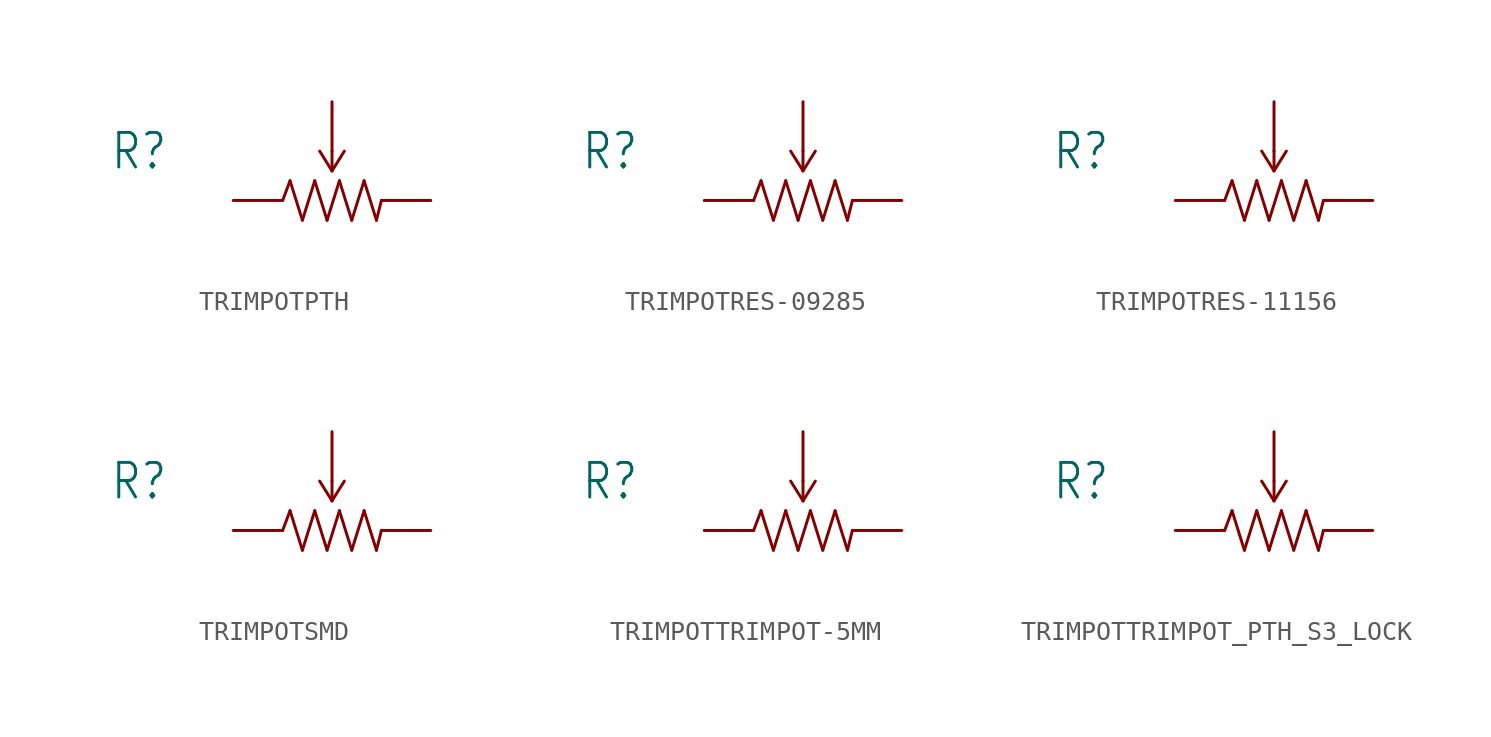
<source format=kicad_sym>
(kicad_symbol_lib
  (version 20220914)
  (generator kicad_symbol_editor)
  (symbol "TRIMPOTPTH"
    (property "Reference" "R"
      (at -11.43 1.499 0)
      (effects (font (size 1.778 1.511)) (justify left bottom)))
    (property "Value" ""
      (at -3.81 -3.302 0)
      (effects (font (size 1.778 1.511)) (justify left bottom)))
    (property "ki_locked" ""
      (at 0 0 0)
      (effects (font (size 1.27 1.27))))
    (symbol "TRIMPOTPTH_1_0"
      (polyline (pts (xy -2.54 0) (xy -2.159 1.016)) (stroke (width 0.152) (type solid)) (fill (type none)))
      (polyline (pts (xy -2.159 1.016) (xy -1.524 -1.016)) (stroke (width 0.152) (type solid)) (fill (type none)))
      (polyline (pts (xy -1.524 -1.016) (xy -0.889 1.016)) (stroke (width 0.152) (type solid)) (fill (type none)))
      (polyline (pts (xy -0.889 1.016) (xy -0.254 -1.016)) (stroke (width 0.152) (type solid)) (fill (type none)))
      (polyline (pts (xy -0.635 2.54) (xy 0 1.524)) (stroke (width 0.152) (type solid)) (fill (type none)))
      (polyline (pts (xy -0.254 -1.016) (xy 0.381 1.016)) (stroke (width 0.152) (type solid)) (fill (type none)))
      (polyline (pts (xy 0 1.524) (xy 0.635 2.54)) (stroke (width 0.152) (type solid)) (fill (type none)))
      (polyline (pts (xy 0 2.54) (xy 0 1.524)) (stroke (width 0.152) (type solid)) (fill (type none)))
      (polyline (pts (xy 0.381 1.016) (xy 1.016 -1.016)) (stroke (width 0.152) (type solid)) (fill (type none)))
      (polyline (pts (xy 1.016 -1.016) (xy 1.651 1.016)) (stroke (width 0.152) (type solid)) (fill (type none)))
      (polyline (pts (xy 1.651 1.016) (xy 2.286 -1.016)) (stroke (width 0.152) (type solid)) (fill (type none)))
      (polyline (pts (xy 2.286 -1.016) (xy 2.54 0)) (stroke (width 0.152) (type solid)) (fill (type none)))
      (pin passive line (at -5.08 0 0) (length 2.54) (name "CCW" (effects (font (size 0 0)))) (number "1" (effects (font (size 0 0)))))
      (pin passive line (at 0 5.08 270) (length 2.54) (name "WIPER" (effects (font (size 0 0)))) (number "2" (effects (font (size 0 0)))))
      (pin passive line (at 5.08 0 180) (length 2.54) (name "CW" (effects (font (size 0 0)))) (number "3" (effects (font (size 0 0)))))))
  (symbol "TRIMPOTRES-09285"
    (property "Reference" "R"
      (at -11.43 1.499 0)
      (effects (font (size 1.778 1.511)) (justify left bottom)))
    (property "Value" ""
      (at -3.81 -3.302 0)
      (effects (font (size 1.778 1.511)) (justify left bottom)))
    (property "ki_locked" ""
      (at 0 0 0)
      (effects (font (size 1.27 1.27))))
    (symbol "TRIMPOTRES-09285_1_0"
      (polyline (pts (xy -2.54 0) (xy -2.159 1.016)) (stroke (width 0.152) (type solid)) (fill (type none)))
      (polyline (pts (xy -2.159 1.016) (xy -1.524 -1.016)) (stroke (width 0.152) (type solid)) (fill (type none)))
      (polyline (pts (xy -1.524 -1.016) (xy -0.889 1.016)) (stroke (width 0.152) (type solid)) (fill (type none)))
      (polyline (pts (xy -0.889 1.016) (xy -0.254 -1.016)) (stroke (width 0.152) (type solid)) (fill (type none)))
      (polyline (pts (xy -0.635 2.54) (xy 0 1.524)) (stroke (width 0.152) (type solid)) (fill (type none)))
      (polyline (pts (xy -0.254 -1.016) (xy 0.381 1.016)) (stroke (width 0.152) (type solid)) (fill (type none)))
      (polyline (pts (xy 0 1.524) (xy 0.635 2.54)) (stroke (width 0.152) (type solid)) (fill (type none)))
      (polyline (pts (xy 0 2.54) (xy 0 1.524)) (stroke (width 0.152) (type solid)) (fill (type none)))
      (polyline (pts (xy 0.381 1.016) (xy 1.016 -1.016)) (stroke (width 0.152) (type solid)) (fill (type none)))
      (polyline (pts (xy 1.016 -1.016) (xy 1.651 1.016)) (stroke (width 0.152) (type solid)) (fill (type none)))
      (polyline (pts (xy 1.651 1.016) (xy 2.286 -1.016)) (stroke (width 0.152) (type solid)) (fill (type none)))
      (polyline (pts (xy 2.286 -1.016) (xy 2.54 0)) (stroke (width 0.152) (type solid)) (fill (type none)))
      (pin passive line (at -5.08 0 0) (length 2.54) (name "CCW" (effects (font (size 0 0)))) (number "1" (effects (font (size 0 0)))))
      (pin passive line (at 0 5.08 270) (length 2.54) (name "WIPER" (effects (font (size 0 0)))) (number "2" (effects (font (size 0 0)))))
      (pin passive line (at 5.08 0 180) (length 2.54) (name "CW" (effects (font (size 0 0)))) (number "3" (effects (font (size 0 0)))))))
  (symbol "TRIMPOTRES-11156"
    (property "Reference" "R"
      (at -11.43 1.499 0)
      (effects (font (size 1.778 1.511)) (justify left bottom)))
    (property "Value" ""
      (at -3.81 -3.302 0)
      (effects (font (size 1.778 1.511)) (justify left bottom)))
    (property "ki_locked" ""
      (at 0 0 0)
      (effects (font (size 1.27 1.27))))
    (symbol "TRIMPOTRES-11156_1_0"
      (polyline (pts (xy -2.54 0) (xy -2.159 1.016)) (stroke (width 0.152) (type solid)) (fill (type none)))
      (polyline (pts (xy -2.159 1.016) (xy -1.524 -1.016)) (stroke (width 0.152) (type solid)) (fill (type none)))
      (polyline (pts (xy -1.524 -1.016) (xy -0.889 1.016)) (stroke (width 0.152) (type solid)) (fill (type none)))
      (polyline (pts (xy -0.889 1.016) (xy -0.254 -1.016)) (stroke (width 0.152) (type solid)) (fill (type none)))
      (polyline (pts (xy -0.635 2.54) (xy 0 1.524)) (stroke (width 0.152) (type solid)) (fill (type none)))
      (polyline (pts (xy -0.254 -1.016) (xy 0.381 1.016)) (stroke (width 0.152) (type solid)) (fill (type none)))
      (polyline (pts (xy 0 1.524) (xy 0.635 2.54)) (stroke (width 0.152) (type solid)) (fill (type none)))
      (polyline (pts (xy 0 2.54) (xy 0 1.524)) (stroke (width 0.152) (type solid)) (fill (type none)))
      (polyline (pts (xy 0.381 1.016) (xy 1.016 -1.016)) (stroke (width 0.152) (type solid)) (fill (type none)))
      (polyline (pts (xy 1.016 -1.016) (xy 1.651 1.016)) (stroke (width 0.152) (type solid)) (fill (type none)))
      (polyline (pts (xy 1.651 1.016) (xy 2.286 -1.016)) (stroke (width 0.152) (type solid)) (fill (type none)))
      (polyline (pts (xy 2.286 -1.016) (xy 2.54 0)) (stroke (width 0.152) (type solid)) (fill (type none)))
      (pin passive line (at -5.08 0 0) (length 2.54) (name "CCW" (effects (font (size 0 0)))) (number "A" (effects (font (size 0 0)))))
      (pin passive line (at 0 5.08 270) (length 2.54) (name "WIPER" (effects (font (size 0 0)))) (number "B" (effects (font (size 0 0)))))
      (pin passive line (at 5.08 0 180) (length 2.54) (name "CW" (effects (font (size 0 0)))) (number "C" (effects (font (size 0 0)))))))
  (symbol "TRIMPOTSMD"
    (property "Reference" "R"
      (at -11.43 1.499 0)
      (effects (font (size 1.778 1.511)) (justify left bottom)))
    (property "Value" ""
      (at -3.81 -3.302 0)
      (effects (font (size 1.778 1.511)) (justify left bottom)))
    (property "ki_locked" ""
      (at 0 0 0)
      (effects (font (size 1.27 1.27))))
    (symbol "TRIMPOTSMD_1_0"
      (polyline (pts (xy -2.54 0) (xy -2.159 1.016)) (stroke (width 0.152) (type solid)) (fill (type none)))
      (polyline (pts (xy -2.159 1.016) (xy -1.524 -1.016)) (stroke (width 0.152) (type solid)) (fill (type none)))
      (polyline (pts (xy -1.524 -1.016) (xy -0.889 1.016)) (stroke (width 0.152) (type solid)) (fill (type none)))
      (polyline (pts (xy -0.889 1.016) (xy -0.254 -1.016)) (stroke (width 0.152) (type solid)) (fill (type none)))
      (polyline (pts (xy -0.635 2.54) (xy 0 1.524)) (stroke (width 0.152) (type solid)) (fill (type none)))
      (polyline (pts (xy -0.254 -1.016) (xy 0.381 1.016)) (stroke (width 0.152) (type solid)) (fill (type none)))
      (polyline (pts (xy 0 1.524) (xy 0.635 2.54)) (stroke (width 0.152) (type solid)) (fill (type none)))
      (polyline (pts (xy 0 2.54) (xy 0 1.524)) (stroke (width 0.152) (type solid)) (fill (type none)))
      (polyline (pts (xy 0.381 1.016) (xy 1.016 -1.016)) (stroke (width 0.152) (type solid)) (fill (type none)))
      (polyline (pts (xy 1.016 -1.016) (xy 1.651 1.016)) (stroke (width 0.152) (type solid)) (fill (type none)))
      (polyline (pts (xy 1.651 1.016) (xy 2.286 -1.016)) (stroke (width 0.152) (type solid)) (fill (type none)))
      (polyline (pts (xy 2.286 -1.016) (xy 2.54 0)) (stroke (width 0.152) (type solid)) (fill (type none)))
      (pin passive line (at -5.08 0 0) (length 2.54) (name "CCW" (effects (font (size 0 0)))) (number "1" (effects (font (size 0 0)))))
      (pin passive line (at 0 5.08 270) (length 2.54) (name "WIPER" (effects (font (size 0 0)))) (number "2" (effects (font (size 0 0)))))
      (pin passive line (at 5.08 0 180) (length 2.54) (name "CW" (effects (font (size 0 0)))) (number "3" (effects (font (size 0 0)))))))
  (symbol "TRIMPOTTRIMPOT-5MM"
    (property "Reference" "R"
      (at -11.43 1.499 0)
      (effects (font (size 1.778 1.511)) (justify left bottom)))
    (property "Value" ""
      (at -3.81 -3.302 0)
      (effects (font (size 1.778 1.511)) (justify left bottom)))
    (property "ki_locked" ""
      (at 0 0 0)
      (effects (font (size 1.27 1.27))))
    (symbol "TRIMPOTTRIMPOT-5MM_1_0"
      (polyline (pts (xy -2.54 0) (xy -2.159 1.016)) (stroke (width 0.152) (type solid)) (fill (type none)))
      (polyline (pts (xy -2.159 1.016) (xy -1.524 -1.016)) (stroke (width 0.152) (type solid)) (fill (type none)))
      (polyline (pts (xy -1.524 -1.016) (xy -0.889 1.016)) (stroke (width 0.152) (type solid)) (fill (type none)))
      (polyline (pts (xy -0.889 1.016) (xy -0.254 -1.016)) (stroke (width 0.152) (type solid)) (fill (type none)))
      (polyline (pts (xy -0.635 2.54) (xy 0 1.524)) (stroke (width 0.152) (type solid)) (fill (type none)))
      (polyline (pts (xy -0.254 -1.016) (xy 0.381 1.016)) (stroke (width 0.152) (type solid)) (fill (type none)))
      (polyline (pts (xy 0 1.524) (xy 0.635 2.54)) (stroke (width 0.152) (type solid)) (fill (type none)))
      (polyline (pts (xy 0 2.54) (xy 0 1.524)) (stroke (width 0.152) (type solid)) (fill (type none)))
      (polyline (pts (xy 0.381 1.016) (xy 1.016 -1.016)) (stroke (width 0.152) (type solid)) (fill (type none)))
      (polyline (pts (xy 1.016 -1.016) (xy 1.651 1.016)) (stroke (width 0.152) (type solid)) (fill (type none)))
      (polyline (pts (xy 1.651 1.016) (xy 2.286 -1.016)) (stroke (width 0.152) (type solid)) (fill (type none)))
      (polyline (pts (xy 2.286 -1.016) (xy 2.54 0)) (stroke (width 0.152) (type solid)) (fill (type none)))
      (pin passive line (at -5.08 0 0) (length 2.54) (name "CCW" (effects (font (size 0 0)))) (number "A" (effects (font (size 0 0)))))
      (pin passive line (at 0 5.08 270) (length 2.54) (name "WIPER" (effects (font (size 0 0)))) (number "B" (effects (font (size 0 0)))))
      (pin passive line (at 5.08 0 180) (length 2.54) (name "CW" (effects (font (size 0 0)))) (number "C" (effects (font (size 0 0)))))))
  (symbol "TRIMPOTTRIMPOT_PTH_S3_LOCK"
    (property "Reference" "R"
      (at -11.43 1.499 0)
      (effects (font (size 1.778 1.511)) (justify left bottom)))
    (property "Value" ""
      (at -3.81 -3.302 0)
      (effects (font (size 1.778 1.511)) (justify left bottom)))
    (property "ki_locked" ""
      (at 0 0 0)
      (effects (font (size 1.27 1.27))))
    (symbol "TRIMPOTTRIMPOT_PTH_S3_LOCK_1_0"
      (polyline (pts (xy -2.54 0) (xy -2.159 1.016)) (stroke (width 0.152) (type solid)) (fill (type none)))
      (polyline (pts (xy -2.159 1.016) (xy -1.524 -1.016)) (stroke (width 0.152) (type solid)) (fill (type none)))
      (polyline (pts (xy -1.524 -1.016) (xy -0.889 1.016)) (stroke (width 0.152) (type solid)) (fill (type none)))
      (polyline (pts (xy -0.889 1.016) (xy -0.254 -1.016)) (stroke (width 0.152) (type solid)) (fill (type none)))
      (polyline (pts (xy -0.635 2.54) (xy 0 1.524)) (stroke (width 0.152) (type solid)) (fill (type none)))
      (polyline (pts (xy -0.254 -1.016) (xy 0.381 1.016)) (stroke (width 0.152) (type solid)) (fill (type none)))
      (polyline (pts (xy 0 1.524) (xy 0.635 2.54)) (stroke (width 0.152) (type solid)) (fill (type none)))
      (polyline (pts (xy 0 2.54) (xy 0 1.524)) (stroke (width 0.152) (type solid)) (fill (type none)))
      (polyline (pts (xy 0.381 1.016) (xy 1.016 -1.016)) (stroke (width 0.152) (type solid)) (fill (type none)))
      (polyline (pts (xy 1.016 -1.016) (xy 1.651 1.016)) (stroke (width 0.152) (type solid)) (fill (type none)))
      (polyline (pts (xy 1.651 1.016) (xy 2.286 -1.016)) (stroke (width 0.152) (type solid)) (fill (type none)))
      (polyline (pts (xy 2.286 -1.016) (xy 2.54 0)) (stroke (width 0.152) (type solid)) (fill (type none)))
      (pin passive line (at -5.08 0 0) (length 2.54) (name "CCW" (effects (font (size 0 0)))) (number "1" (effects (font (size 0 0)))))
      (pin passive line (at 0 5.08 270) (length 2.54) (name "WIPER" (effects (font (size 0 0)))) (number "2" (effects (font (size 0 0)))))
      (pin passive line (at 5.08 0 180) (length 2.54) (name "CW" (effects (font (size 0 0)))) (number "3" (effects (font (size 0 0))))))))
</source>
